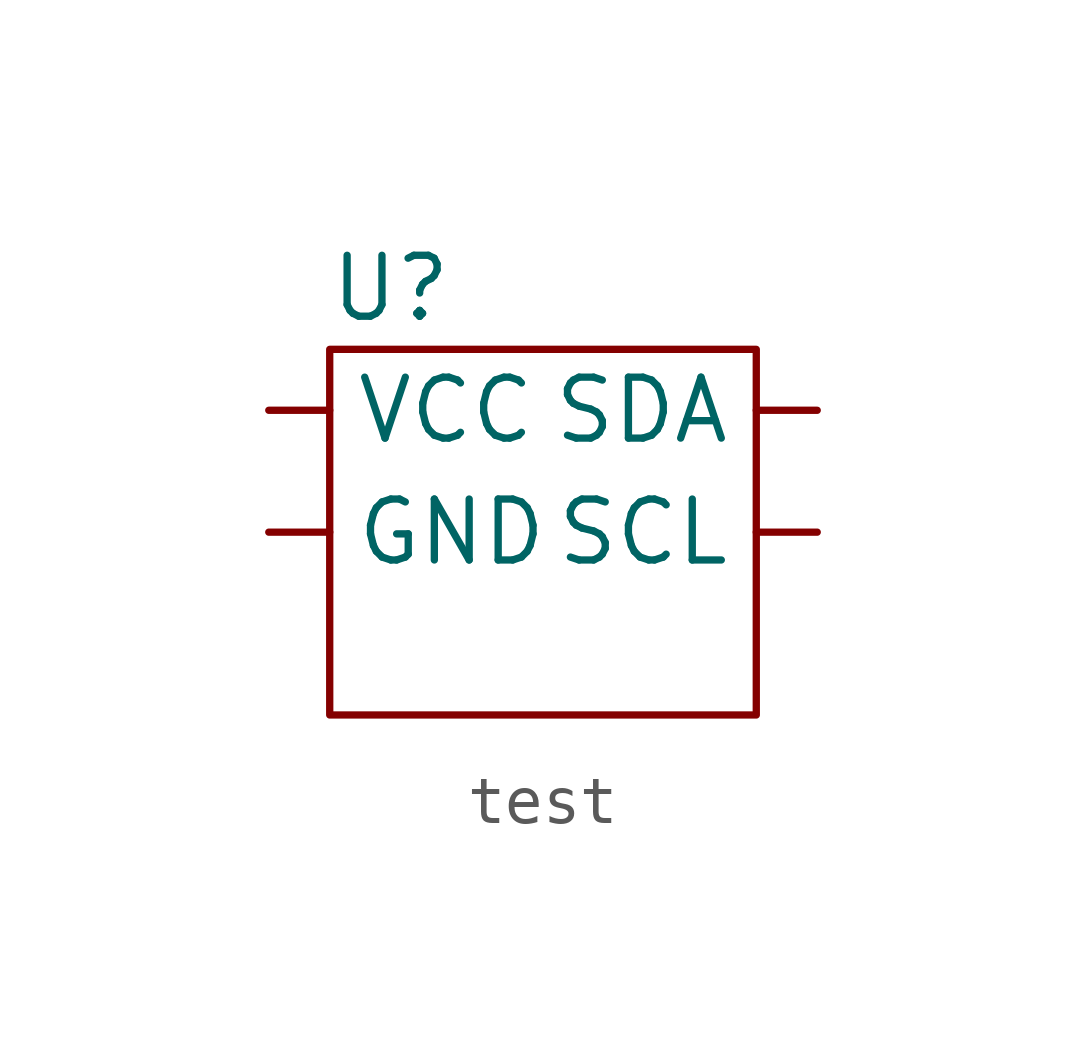
<source format=kicad_sym>
(kicad_symbol_lib
  (version 20220914)
  (generator kicad_symbol_editor)
  (symbol "test"
    (property "Reference" "U"
      (at 0 0 0)
      (effects (font (size 1.27 1.27))))
    (property "Value" ""
      (at 0 0 0)
      (effects (font (size 1.27 1.27))))
    (symbol "test_0_1"
      (polyline (pts (xy -1.27 -1.27) (xy -1.27 -8.89) (xy 7.62 -8.89) (xy 7.62 -1.27) (xy -1.27 -1.27)) (stroke (width 0) (type default)) (fill (type none))))
    (symbol "test_1_1"
      (pin input line (at -2.54 -5.08 0) (length 1.27) (name "GND" (effects (font (size 1.27 1.27)))) (number "" (effects (font (size 1.27 1.27)))))
      (pin input line (at 8.89 -5.08 180) (length 1.27) (name "SCL" (effects (font (size 1.27 1.27)))) (number "" (effects (font (size 1.27 1.27)))))
      (pin input line (at 8.89 -2.54 180) (length 1.27) (name "SDA" (effects (font (size 1.27 1.27)))) (number "" (effects (font (size 1.27 1.27)))))
      (pin input line (at -2.54 -2.54 0) (length 1.27) (name "VCC" (effects (font (size 1.27 1.27)))) (number "" (effects (font (size 1.27 1.27))))))))
</source>
